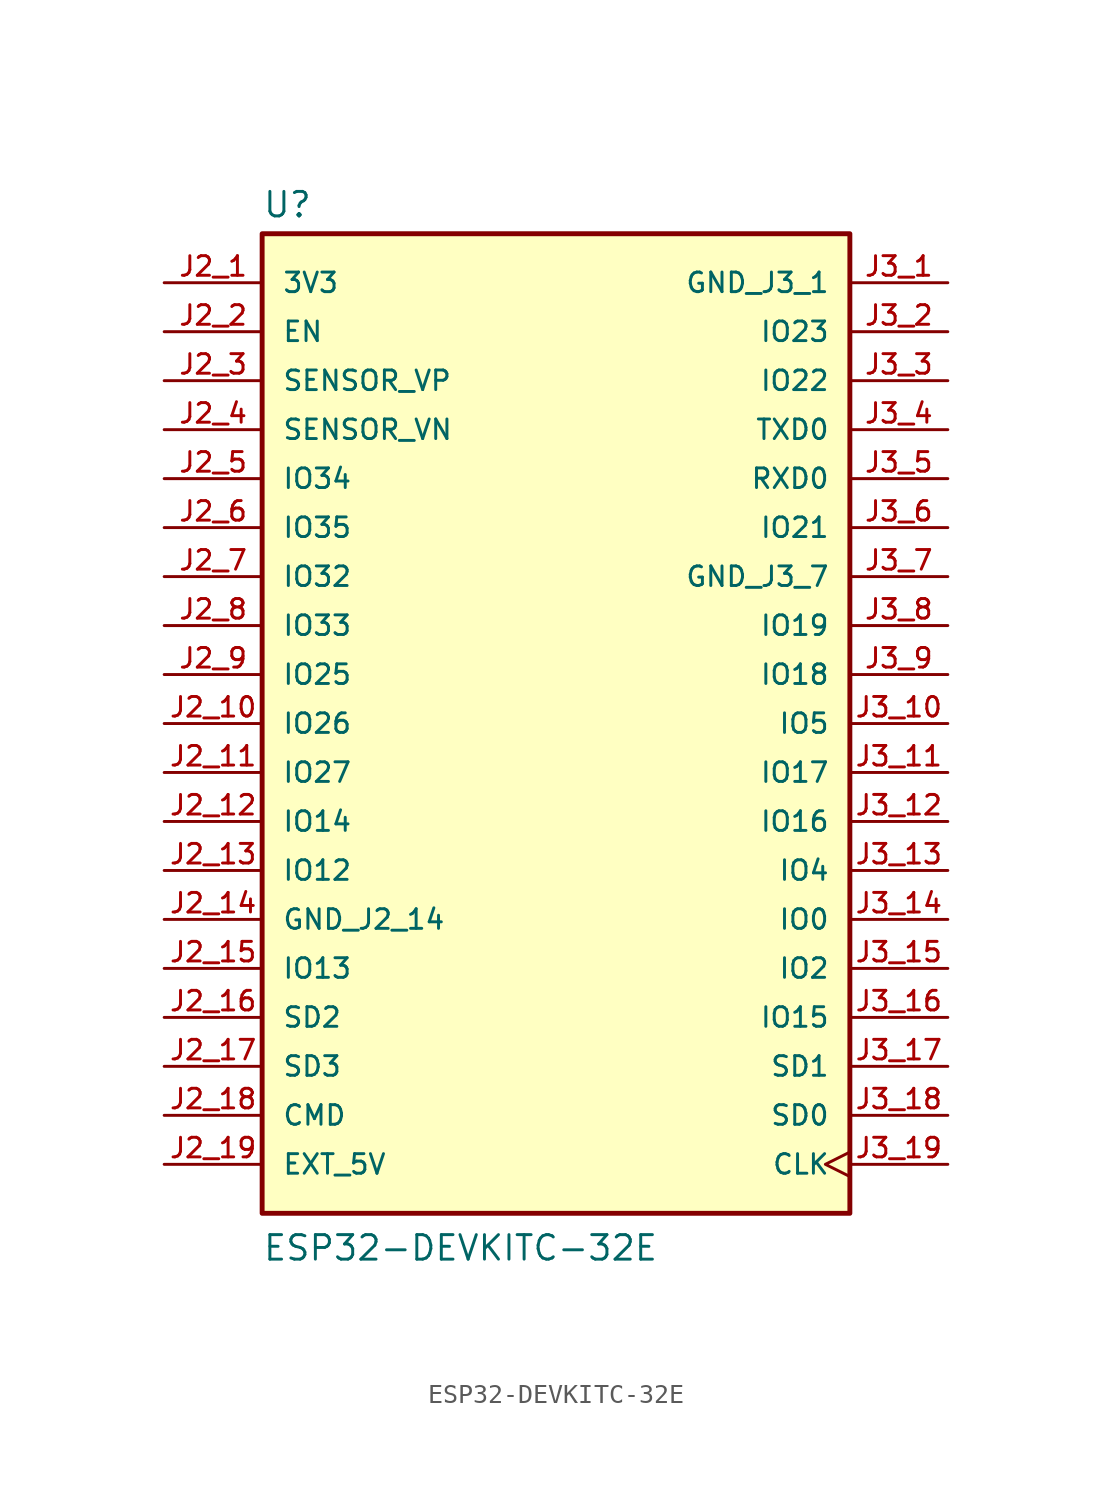
<source format=kicad_sym>
(kicad_symbol_lib
  (version 20231120)
  (generator "kicad_symbol_editor")
  (generator_version "8.0")
  (symbol "ESP32-DEVKITC-32E"
    (pin_names
      (offset 1.016))
    (property "Reference" "U"
      (at -15.24 26.162 0)
      (effects (font (size 1.27 1.27)) (justify left bottom)))
    (property "Value" "ESP32-DEVKITC-32E"
      (at -15.24 -27.94 0)
      (effects (font (size 1.27 1.27)) (justify left bottom)))
    (symbol "ESP32-DEVKITC-32E_0_0"
      (rectangle (start -15.24 -25.4) (end 15.24 25.4) (stroke (width 0.254) (type default)) (fill (type background)))
      (pin power_in line (at -20.32 22.86 0) (length 5.08) (name "3V3" (effects (font (size 1.016 1.016)))) (number "J2_1" (effects (font (size 1.016 1.016)))))
      (pin bidirectional line (at -20.32 0 0) (length 5.08) (name "IO26" (effects (font (size 1.016 1.016)))) (number "J2_10" (effects (font (size 1.016 1.016)))))
      (pin bidirectional line (at -20.32 -2.54 0) (length 5.08) (name "IO27" (effects (font (size 1.016 1.016)))) (number "J2_11" (effects (font (size 1.016 1.016)))))
      (pin bidirectional line (at -20.32 -5.08 0) (length 5.08) (name "IO14" (effects (font (size 1.016 1.016)))) (number "J2_12" (effects (font (size 1.016 1.016)))))
      (pin bidirectional line (at -20.32 -7.62 0) (length 5.08) (name "IO12" (effects (font (size 1.016 1.016)))) (number "J2_13" (effects (font (size 1.016 1.016)))))
      (pin power_in line (at -20.32 -10.16 0) (length 5.08) (name "GND_J2_14" (effects (font (size 1.016 1.016)))) (number "J2_14" (effects (font (size 1.016 1.016)))))
      (pin bidirectional line (at -20.32 -12.7 0) (length 5.08) (name "IO13" (effects (font (size 1.016 1.016)))) (number "J2_15" (effects (font (size 1.016 1.016)))))
      (pin bidirectional line (at -20.32 -15.24 0) (length 5.08) (name "SD2" (effects (font (size 1.016 1.016)))) (number "J2_16" (effects (font (size 1.016 1.016)))))
      (pin bidirectional line (at -20.32 -17.78 0) (length 5.08) (name "SD3" (effects (font (size 1.016 1.016)))) (number "J2_17" (effects (font (size 1.016 1.016)))))
      (pin bidirectional line (at -20.32 -20.32 0) (length 5.08) (name "CMD" (effects (font (size 1.016 1.016)))) (number "J2_18" (effects (font (size 1.016 1.016)))))
      (pin power_in line (at -20.32 -22.86 0) (length 5.08) (name "EXT_5V" (effects (font (size 1.016 1.016)))) (number "J2_19" (effects (font (size 1.016 1.016)))))
      (pin input line (at -20.32 20.32 0) (length 5.08) (name "EN" (effects (font (size 1.016 1.016)))) (number "J2_2" (effects (font (size 1.016 1.016)))))
      (pin bidirectional line (at -20.32 17.78 0) (length 5.08) (name "SENSOR_VP" (effects (font (size 1.016 1.016)))) (number "J2_3" (effects (font (size 1.016 1.016)))))
      (pin bidirectional line (at -20.32 15.24 0) (length 5.08) (name "SENSOR_VN" (effects (font (size 1.016 1.016)))) (number "J2_4" (effects (font (size 1.016 1.016)))))
      (pin bidirectional line (at -20.32 12.7 0) (length 5.08) (name "IO34" (effects (font (size 1.016 1.016)))) (number "J2_5" (effects (font (size 1.016 1.016)))))
      (pin bidirectional line (at -20.32 10.16 0) (length 5.08) (name "IO35" (effects (font (size 1.016 1.016)))) (number "J2_6" (effects (font (size 1.016 1.016)))))
      (pin bidirectional line (at -20.32 7.62 0) (length 5.08) (name "IO32" (effects (font (size 1.016 1.016)))) (number "J2_7" (effects (font (size 1.016 1.016)))))
      (pin bidirectional line (at -20.32 5.08 0) (length 5.08) (name "IO33" (effects (font (size 1.016 1.016)))) (number "J2_8" (effects (font (size 1.016 1.016)))))
      (pin bidirectional line (at -20.32 2.54 0) (length 5.08) (name "IO25" (effects (font (size 1.016 1.016)))) (number "J2_9" (effects (font (size 1.016 1.016)))))
      (pin power_in line (at 20.32 22.86 180) (length 5.08) (name "GND_J3_1" (effects (font (size 1.016 1.016)))) (number "J3_1" (effects (font (size 1.016 1.016)))))
      (pin bidirectional line (at 20.32 0 180) (length 5.08) (name "IO5" (effects (font (size 1.016 1.016)))) (number "J3_10" (effects (font (size 1.016 1.016)))))
      (pin bidirectional line (at 20.32 -2.54 180) (length 5.08) (name "IO17" (effects (font (size 1.016 1.016)))) (number "J3_11" (effects (font (size 1.016 1.016)))))
      (pin bidirectional line (at 20.32 -5.08 180) (length 5.08) (name "IO16" (effects (font (size 1.016 1.016)))) (number "J3_12" (effects (font (size 1.016 1.016)))))
      (pin bidirectional line (at 20.32 -7.62 180) (length 5.08) (name "IO4" (effects (font (size 1.016 1.016)))) (number "J3_13" (effects (font (size 1.016 1.016)))))
      (pin bidirectional line (at 20.32 -10.16 180) (length 5.08) (name "IO0" (effects (font (size 1.016 1.016)))) (number "J3_14" (effects (font (size 1.016 1.016)))))
      (pin bidirectional line (at 20.32 -12.7 180) (length 5.08) (name "IO2" (effects (font (size 1.016 1.016)))) (number "J3_15" (effects (font (size 1.016 1.016)))))
      (pin bidirectional line (at 20.32 -15.24 180) (length 5.08) (name "IO15" (effects (font (size 1.016 1.016)))) (number "J3_16" (effects (font (size 1.016 1.016)))))
      (pin bidirectional line (at 20.32 -17.78 180) (length 5.08) (name "SD1" (effects (font (size 1.016 1.016)))) (number "J3_17" (effects (font (size 1.016 1.016)))))
      (pin bidirectional line (at 20.32 -20.32 180) (length 5.08) (name "SD0" (effects (font (size 1.016 1.016)))) (number "J3_18" (effects (font (size 1.016 1.016)))))
      (pin bidirectional clock (at 20.32 -22.86 180) (length 5.08) (name "CLK" (effects (font (size 1.016 1.016)))) (number "J3_19" (effects (font (size 1.016 1.016)))))
      (pin bidirectional line (at 20.32 20.32 180) (length 5.08) (name "IO23" (effects (font (size 1.016 1.016)))) (number "J3_2" (effects (font (size 1.016 1.016)))))
      (pin bidirectional line (at 20.32 17.78 180) (length 5.08) (name "IO22" (effects (font (size 1.016 1.016)))) (number "J3_3" (effects (font (size 1.016 1.016)))))
      (pin bidirectional line (at 20.32 15.24 180) (length 5.08) (name "TXD0" (effects (font (size 1.016 1.016)))) (number "J3_4" (effects (font (size 1.016 1.016)))))
      (pin bidirectional line (at 20.32 12.7 180) (length 5.08) (name "RXD0" (effects (font (size 1.016 1.016)))) (number "J3_5" (effects (font (size 1.016 1.016)))))
      (pin bidirectional line (at 20.32 10.16 180) (length 5.08) (name "IO21" (effects (font (size 1.016 1.016)))) (number "J3_6" (effects (font (size 1.016 1.016)))))
      (pin power_in line (at 20.32 7.62 180) (length 5.08) (name "GND_J3_7" (effects (font (size 1.016 1.016)))) (number "J3_7" (effects (font (size 1.016 1.016)))))
      (pin bidirectional line (at 20.32 5.08 180) (length 5.08) (name "IO19" (effects (font (size 1.016 1.016)))) (number "J3_8" (effects (font (size 1.016 1.016)))))
      (pin bidirectional line (at 20.32 2.54 180) (length 5.08) (name "IO18" (effects (font (size 1.016 1.016)))) (number "J3_9" (effects (font (size 1.016 1.016))))))))
</source>
